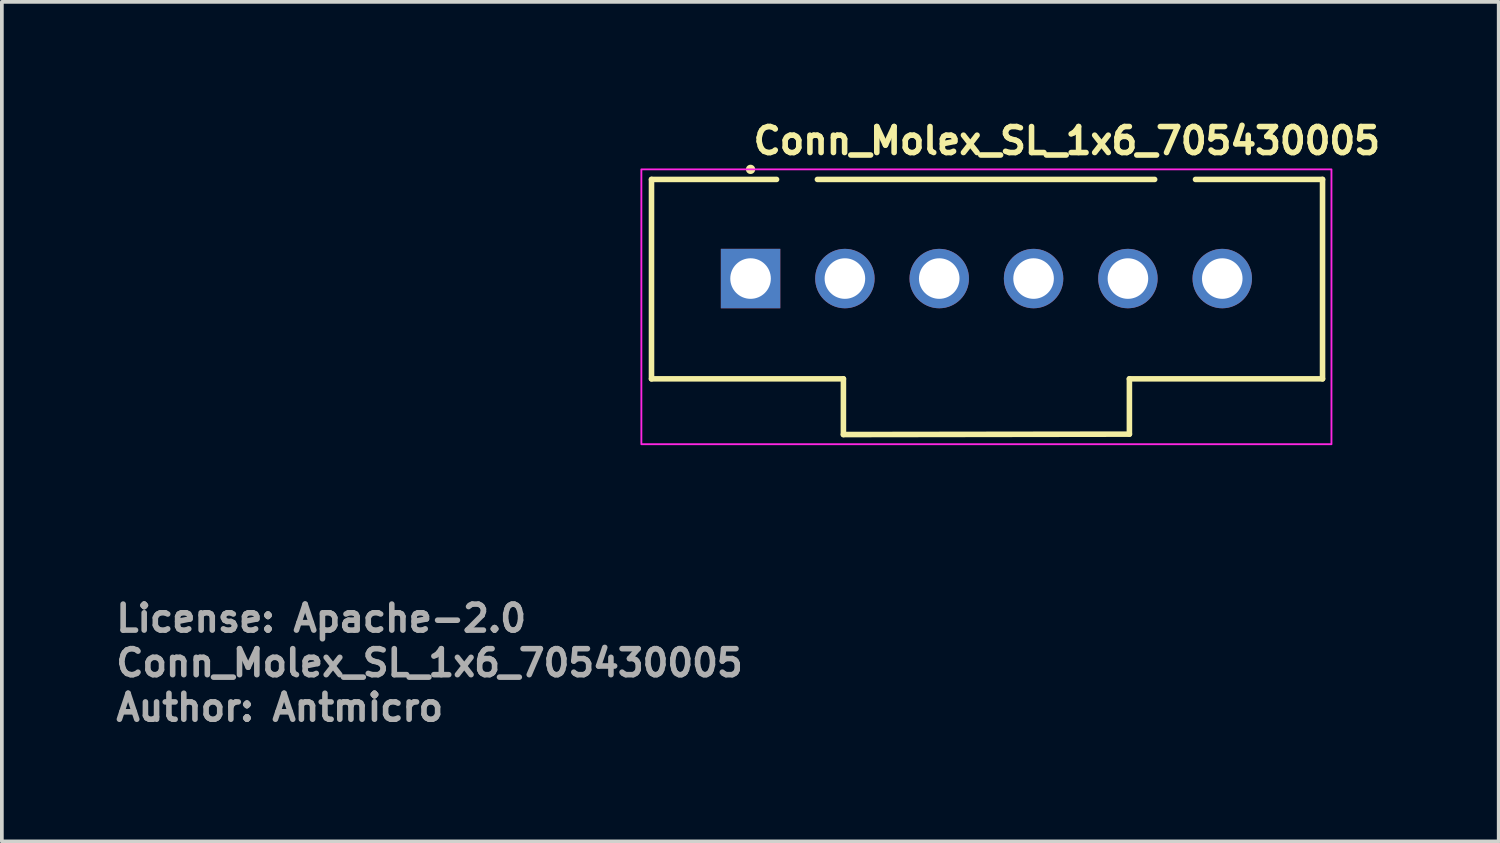
<source format=kicad_pcb>
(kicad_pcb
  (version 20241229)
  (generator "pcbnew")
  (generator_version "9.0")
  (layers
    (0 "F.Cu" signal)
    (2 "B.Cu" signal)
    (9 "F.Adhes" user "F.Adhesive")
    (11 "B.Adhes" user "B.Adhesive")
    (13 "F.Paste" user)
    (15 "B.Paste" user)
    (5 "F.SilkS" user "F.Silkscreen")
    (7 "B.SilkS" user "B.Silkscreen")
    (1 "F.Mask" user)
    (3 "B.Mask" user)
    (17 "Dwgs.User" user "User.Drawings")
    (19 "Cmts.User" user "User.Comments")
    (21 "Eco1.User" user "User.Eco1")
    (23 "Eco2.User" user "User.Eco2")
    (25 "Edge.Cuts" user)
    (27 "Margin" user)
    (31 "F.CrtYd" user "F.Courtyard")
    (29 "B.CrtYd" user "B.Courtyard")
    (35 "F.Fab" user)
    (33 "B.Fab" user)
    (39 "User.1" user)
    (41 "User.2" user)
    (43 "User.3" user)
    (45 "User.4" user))
  (footprint "Conn_Molex_SL_1x6_705430005"
    (layer "F.Cu")
    (at 17.158 4.45)
    (property "Reference" "Conn_Molex_SL_1x6_705430005" (at 0 -3.3 0) (unlocked yes) (layer "F.SilkS") (effects (font (size 0.7 0.7) (thickness 0.15)) (justify left bottom)))
    (attr through_hole)
    (fp_line (start -2.667 -2.669) (end -2.667 2.7) (stroke (width 0.15) (type solid)) (layer "F.SilkS"))
    (fp_line (start 0.7 -2.669) (end -2.667 -2.669) (stroke (width 0.15) (type solid)) (layer "F.SilkS"))
    (fp_line (start 2.5 2.7) (end -2.667 2.7) (stroke (width 0.15) (type solid)) (layer "F.SilkS"))
    (fp_line (start 2.5 2.7) (end 2.5 4.2) (stroke (width 0.15) (type solid)) (layer "F.SilkS"))
    (fp_line (start 10.2 2.7) (end 10.2 4.189) (stroke (width 0.15) (type solid)) (layer "F.SilkS"))
    (fp_line (start 10.2 4.189) (end 2.5 4.2) (stroke (width 0.15) (type solid)) (layer "F.SilkS"))
    (fp_line (start 10.88 -2.669) (end 1.8 -2.669) (stroke (width 0.15) (type solid)) (layer "F.SilkS"))
    (fp_line (start 15.4 -2.669) (end 11.98 -2.669) (stroke (width 0.15) (type solid)) (layer "F.SilkS"))
    (fp_line (start 15.4 -2.669) (end 15.4 2.7) (stroke (width 0.15) (type solid)) (layer "F.SilkS"))
    (fp_line (start 15.4 2.7) (end 10.2 2.7) (stroke (width 0.15) (type solid)) (layer "F.SilkS"))
    (fp_circle (center 0 -2.94) (end -0.05 -2.94) (stroke (width 0.15) (type solid)) (fill yes) (layer "F.SilkS"))
    (fp_rect (start 15.64 4.46) (end -2.94 -2.94) (stroke (width 0.05) (type solid)) (fill no) (layer "F.CrtYd"))
    (fp_rect (start 15.24 4.062) (end -2.54 -2.542) (stroke (width 0.1) (type solid)) (fill no) (layer "User.5"))
    (fp_line (start -2.54 2.538) (end -2.54 -2.542) (stroke (width 0.02) (type solid)) (layer "User.9"))
    (fp_line (start -2.54 2.538) (end -1.829 2.538) (stroke (width 0.02) (type solid)) (layer "User.9"))
    (fp_line (start -2.032 -2.034) (end 0.635 -2.034) (stroke (width 0.02) (type solid)) (layer "User.9"))
    (fp_line (start -2.032 2.03) (end -2.032 -2.034) (stroke (width 0.02) (type solid)) (layer "User.9"))
    (fp_line (start -1.829 2.513) (end -1.829 2.538) (stroke (width 0.02) (type solid)) (layer "User.9"))
    (fp_line (start -1.829 2.538) (end -1.016 2.538) (stroke (width 0.02) (type solid)) (layer "User.9"))
    (fp_line (start -1.524 -1.526) (end -2.032 -2.034) (stroke (width 0.02) (type solid)) (layer "User.9"))
    (fp_line (start -1.524 -1.526) (end 0.635 -1.526) (stroke (width 0.02) (type solid)) (layer "User.9"))
    (fp_line (start -1.524 1.522) (end -2.032 2.03) (stroke (width 0.02) (type solid)) (layer "User.9"))
    (fp_line (start -1.524 1.522) (end -1.524 -1.526) (stroke (width 0.02) (type solid)) (layer "User.9"))
    (fp_line (start -1.016 2.538) (end -1.016 2.513) (stroke (width 0.02) (type solid)) (layer "User.9"))
    (fp_line (start -1.016 2.538) (end -0.203 2.538) (stroke (width 0.02) (type solid)) (layer "User.9"))
    (fp_line (start -0.318 -0.319) (end -0.114 -0.116) (stroke (width 0.02) (type solid)) (layer "User.9"))
    (fp_line (start -0.318 -0.319) (end 0.317 -0.319) (stroke (width 0.02) (type solid)) (layer "User.9"))
    (fp_line (start -0.318 0.316) (end -0.318 -0.319) (stroke (width 0.02) (type solid)) (layer "User.9"))
    (fp_line (start -0.318 0.316) (end 0.317 0.316) (stroke (width 0.02) (type solid)) (layer "User.9"))
    (fp_line (start -0.203 2.513) (end -1.829 2.513) (stroke (width 0.02) (type solid)) (layer "User.9"))
    (fp_line (start -0.203 2.513) (end -0.203 2.538) (stroke (width 0.02) (type solid)) (layer "User.9"))
    (fp_line (start -0.203 2.538) (end 2.54 2.538) (stroke (width 0.02) (type solid)) (layer "User.9"))
    (fp_line (start -0.114 -0.116) (end 0.114 -0.116) (stroke (width 0.02) (type solid)) (layer "User.9"))
    (fp_line (start -0.114 0.112) (end -0.318 0.316) (stroke (width 0.02) (type solid)) (layer "User.9"))
    (fp_line (start -0.114 0.112) (end -0.114 -0.116) (stroke (width 0.02) (type solid)) (layer "User.9"))
    (fp_line (start -0.114 0.112) (end 0.114 0.112) (stroke (width 0.02) (type solid)) (layer "User.9"))
    (fp_line (start 0.114 -0.116) (end 0.114 0.112) (stroke (width 0.02) (type solid)) (layer "User.9"))
    (fp_line (start 0.114 -0.116) (end 0.317 -0.319) (stroke (width 0.02) (type solid)) (layer "User.9"))
    (fp_line (start 0.317 -0.319) (end 0.317 0.316) (stroke (width 0.02) (type solid)) (layer "User.9"))
    (fp_line (start 0.317 0.316) (end 0.114 0.112) (stroke (width 0.02) (type solid)) (layer "User.9"))
    (fp_line (start 0.635 -2.542) (end -2.54 -2.542) (stroke (width 0.02) (type solid)) (layer "User.9"))
    (fp_line (start 0.635 -2.542) (end 0.635 -2.034) (stroke (width 0.02) (type solid)) (layer "User.9"))
    (fp_line (start 0.635 -2.034) (end 0.635 -1.526) (stroke (width 0.02) (type solid)) (layer "User.9"))
    (fp_line (start 1.905 -2.542) (end 0.635 -2.542) (stroke (width 0.02) (type solid)) (layer "User.9"))
    (fp_line (start 1.905 -2.542) (end 1.905 -2.034) (stroke (width 0.02) (type solid)) (layer "User.9"))
    (fp_line (start 1.905 -2.034) (end 1.905 -1.526) (stroke (width 0.02) (type solid)) (layer "User.9"))
    (fp_line (start 1.905 -2.034) (end 10.795 -2.034) (stroke (width 0.02) (type solid)) (layer "User.9"))
    (fp_line (start 1.905 -1.526) (end 10.795 -1.526) (stroke (width 0.02) (type solid)) (layer "User.9"))
    (fp_line (start 2.222 -0.319) (end 2.426 -0.116) (stroke (width 0.02) (type solid)) (layer "User.9"))
    (fp_line (start 2.222 -0.319) (end 2.857 -0.319) (stroke (width 0.02) (type solid)) (layer "User.9"))
    (fp_line (start 2.222 0.316) (end 2.222 -0.319) (stroke (width 0.02) (type solid)) (layer "User.9"))
    (fp_line (start 2.222 0.316) (end 2.857 0.316) (stroke (width 0.02) (type solid)) (layer "User.9"))
    (fp_line (start 2.426 -0.116) (end 2.654 -0.116) (stroke (width 0.02) (type solid)) (layer "User.9"))
    (fp_line (start 2.426 0.112) (end 2.222 0.316) (stroke (width 0.02) (type solid)) (layer "User.9"))
    (fp_line (start 2.426 0.112) (end 2.426 -0.116) (stroke (width 0.02) (type solid)) (layer "User.9"))
    (fp_line (start 2.426 0.112) (end 2.654 0.112) (stroke (width 0.02) (type solid)) (layer "User.9"))
    (fp_line (start 2.54 4.062) (end 2.54 2.538) (stroke (width 0.02) (type solid)) (layer "User.9"))
    (fp_line (start 2.654 -0.116) (end 2.654 0.112) (stroke (width 0.02) (type solid)) (layer "User.9"))
    (fp_line (start 2.654 -0.116) (end 2.857 -0.319) (stroke (width 0.02) (type solid)) (layer "User.9"))
    (fp_line (start 2.857 -0.319) (end 2.857 0.316) (stroke (width 0.02) (type solid)) (layer "User.9"))
    (fp_line (start 2.857 0.316) (end 2.654 0.112) (stroke (width 0.02) (type solid)) (layer "User.9"))
    (fp_line (start 3.048 2.03) (end -2.032 2.03) (stroke (width 0.02) (type solid)) (layer "User.9"))
    (fp_line (start 3.048 3.554) (end 3.048 2.03) (stroke (width 0.02) (type solid)) (layer "User.9"))
    (fp_line (start 3.556 1.522) (end -1.524 1.522) (stroke (width 0.02) (type solid)) (layer "User.9"))
    (fp_line (start 3.556 1.522) (end 3.048 2.03) (stroke (width 0.02) (type solid)) (layer "User.9"))
    (fp_line (start 3.556 3.046) (end 3.048 3.554) (stroke (width 0.02) (type solid)) (layer "User.9"))
    (fp_line (start 3.556 3.046) (end 3.556 1.522) (stroke (width 0.02) (type solid)) (layer "User.9"))
    (fp_line (start 4.762 -0.319) (end 4.966 -0.116) (stroke (width 0.02) (type solid)) (layer "User.9"))
    (fp_line (start 4.762 -0.319) (end 5.397 -0.319) (stroke (width 0.02) (type solid)) (layer "User.9"))
    (fp_line (start 4.762 0.316) (end 4.762 -0.319) (stroke (width 0.02) (type solid)) (layer "User.9"))
    (fp_line (start 4.762 0.316) (end 5.397 0.316) (stroke (width 0.02) (type solid)) (layer "User.9"))
    (fp_line (start 4.826 1.522) (end 3.556 1.522) (stroke (width 0.02) (type solid)) (layer "User.9"))
    (fp_line (start 4.826 1.522) (end 4.826 2.03) (stroke (width 0.02) (type solid)) (layer "User.9"))
    (fp_line (start 4.826 2.03) (end 3.556 2.03) (stroke (width 0.02) (type solid)) (layer "User.9"))
    (fp_line (start 4.826 2.538) (end 3.556 2.538) (stroke (width 0.02) (type solid)) (layer "User.9"))
    (fp_line (start 4.826 2.538) (end 4.826 2.03) (stroke (width 0.02) (type solid)) (layer "User.9"))
    (fp_line (start 4.966 -0.116) (end 5.194 -0.116) (stroke (width 0.02) (type solid)) (layer "User.9"))
    (fp_line (start 4.966 0.112) (end 4.762 0.316) (stroke (width 0.02) (type solid)) (layer "User.9"))
    (fp_line (start 4.966 0.112) (end 4.966 -0.116) (stroke (width 0.02) (type solid)) (layer "User.9"))
    (fp_line (start 4.966 0.112) (end 5.194 0.112) (stroke (width 0.02) (type solid)) (layer "User.9"))
    (fp_line (start 5.194 -0.116) (end 5.194 0.112) (stroke (width 0.02) (type solid)) (layer "User.9"))
    (fp_line (start 5.194 -0.116) (end 5.397 -0.319) (stroke (width 0.02) (type solid)) (layer "User.9"))
    (fp_line (start 5.397 -0.319) (end 5.397 0.316) (stroke (width 0.02) (type solid)) (layer "User.9"))
    (fp_line (start 5.397 0.316) (end 5.194 0.112) (stroke (width 0.02) (type solid)) (layer "User.9"))
    (fp_line (start 7.302 -0.319) (end 7.506 -0.116) (stroke (width 0.02) (type solid)) (layer "User.9"))
    (fp_line (start 7.302 -0.319) (end 7.937 -0.319) (stroke (width 0.02) (type solid)) (layer "User.9"))
    (fp_line (start 7.302 0.316) (end 7.302 -0.319) (stroke (width 0.02) (type solid)) (layer "User.9"))
    (fp_line (start 7.302 0.316) (end 7.937 0.316) (stroke (width 0.02) (type solid)) (layer "User.9"))
    (fp_line (start 7.506 -0.116) (end 7.734 -0.116) (stroke (width 0.02) (type solid)) (layer "User.9"))
    (fp_line (start 7.506 0.112) (end 7.302 0.316) (stroke (width 0.02) (type solid)) (layer "User.9"))
    (fp_line (start 7.506 0.112) (end 7.506 -0.116) (stroke (width 0.02) (type solid)) (layer "User.9"))
    (fp_line (start 7.506 0.112) (end 7.734 0.112) (stroke (width 0.02) (type solid)) (layer "User.9"))
    (fp_line (start 7.734 -0.116) (end 7.734 0.112) (stroke (width 0.02) (type solid)) (layer "User.9"))
    (fp_line (start 7.734 -0.116) (end 7.937 -0.319) (stroke (width 0.02) (type solid)) (layer "User.9"))
    (fp_line (start 7.874 2.03) (end 7.874 1.522) (stroke (width 0.02) (type solid)) (layer "User.9"))
    (fp_line (start 7.874 2.538) (end 4.826 2.538) (stroke (width 0.02) (type solid)) (layer "User.9"))
    (fp_line (start 7.874 2.538) (end 7.874 2.03) (stroke (width 0.02) (type solid)) (layer "User.9"))
    (fp_line (start 7.937 -0.319) (end 7.937 0.316) (stroke (width 0.02) (type solid)) (layer "User.9"))
    (fp_line (start 7.937 0.316) (end 7.734 0.112) (stroke (width 0.02) (type solid)) (layer "User.9"))
    (fp_line (start 9.144 1.522) (end 7.874 1.522) (stroke (width 0.02) (type solid)) (layer "User.9"))
    (fp_line (start 9.144 1.522) (end 9.144 3.046) (stroke (width 0.02) (type solid)) (layer "User.9"))
    (fp_line (start 9.144 1.522) (end 9.652 2.03) (stroke (width 0.02) (type solid)) (layer "User.9"))
    (fp_line (start 9.144 2.03) (end 7.874 2.03) (stroke (width 0.02) (type solid)) (layer "User.9"))
    (fp_line (start 9.144 2.538) (end 7.874 2.538) (stroke (width 0.02) (type solid)) (layer "User.9"))
    (fp_line (start 9.144 3.046) (end 3.556 3.046) (stroke (width 0.02) (type solid)) (layer "User.9"))
    (fp_line (start 9.144 3.046) (end 9.652 3.554) (stroke (width 0.02) (type solid)) (layer "User.9"))
    (fp_line (start 9.652 2.03) (end 9.652 3.554) (stroke (width 0.02) (type solid)) (layer "User.9"))
    (fp_line (start 9.652 3.554) (end 3.048 3.554) (stroke (width 0.02) (type solid)) (layer "User.9"))
    (fp_line (start 9.842 -0.319) (end 10.046 -0.116) (stroke (width 0.02) (type solid)) (layer "User.9"))
    (fp_line (start 9.842 -0.319) (end 10.477 -0.319) (stroke (width 0.02) (type solid)) (layer "User.9"))
    (fp_line (start 9.842 0.316) (end 9.842 -0.319) (stroke (width 0.02) (type solid)) (layer "User.9"))
    (fp_line (start 9.842 0.316) (end 10.477 0.316) (stroke (width 0.02) (type solid)) (layer "User.9"))
    (fp_line (start 10.046 -0.116) (end 10.274 -0.116) (stroke (width 0.02) (type solid)) (layer "User.9"))
    (fp_line (start 10.046 0.112) (end 9.842 0.316) (stroke (width 0.02) (type solid)) (layer "User.9"))
    (fp_line (start 10.046 0.112) (end 10.046 -0.116) (stroke (width 0.02) (type solid)) (layer "User.9"))
    (fp_line (start 10.046 0.112) (end 10.274 0.112) (stroke (width 0.02) (type solid)) (layer "User.9"))
    (fp_line (start 10.16 4.062) (end 2.54 4.062) (stroke (width 0.02) (type solid)) (layer "User.9"))
    (fp_line (start 10.16 4.062) (end 10.16 2.538) (stroke (width 0.02) (type solid)) (layer "User.9"))
    (fp_line (start 10.274 -0.116) (end 10.274 0.112) (stroke (width 0.02) (type solid)) (layer "User.9"))
    (fp_line (start 10.274 -0.116) (end 10.477 -0.319) (stroke (width 0.02) (type solid)) (layer "User.9"))
    (fp_line (start 10.477 -0.319) (end 10.477 0.316) (stroke (width 0.02) (type solid)) (layer "User.9"))
    (fp_line (start 10.477 0.316) (end 10.274 0.112) (stroke (width 0.02) (type solid)) (layer "User.9"))
    (fp_line (start 10.795 -2.542) (end 1.905 -2.542) (stroke (width 0.02) (type solid)) (layer "User.9"))
    (fp_line (start 10.795 -2.542) (end 10.795 -2.034) (stroke (width 0.02) (type solid)) (layer "User.9"))
    (fp_line (start 10.795 -2.542) (end 12.065 -2.542) (stroke (width 0.02) (type solid)) (layer "User.9"))
    (fp_line (start 10.795 -2.034) (end 10.795 -1.526) (stroke (width 0.02) (type solid)) (layer "User.9"))
    (fp_line (start 12.065 -2.542) (end 12.065 -2.034) (stroke (width 0.02) (type solid)) (layer "User.9"))
    (fp_line (start 12.065 -2.034) (end 12.065 -1.526) (stroke (width 0.02) (type solid)) (layer "User.9"))
    (fp_line (start 12.065 -2.034) (end 14.732 -2.034) (stroke (width 0.02) (type solid)) (layer "User.9"))
    (fp_line (start 12.065 -1.526) (end 14.224 -1.526) (stroke (width 0.02) (type solid)) (layer "User.9"))
    (fp_line (start 12.382 -0.319) (end 12.586 -0.116) (stroke (width 0.02) (type solid)) (layer "User.9"))
    (fp_line (start 12.382 -0.319) (end 13.017 -0.319) (stroke (width 0.02) (type solid)) (layer "User.9"))
    (fp_line (start 12.382 0.316) (end 12.382 -0.319) (stroke (width 0.02) (type solid)) (layer "User.9"))
    (fp_line (start 12.382 0.316) (end 13.017 0.316) (stroke (width 0.02) (type solid)) (layer "User.9"))
    (fp_line (start 12.586 -0.116) (end 12.814 -0.116) (stroke (width 0.02) (type solid)) (layer "User.9"))
    (fp_line (start 12.586 0.112) (end 12.382 0.316) (stroke (width 0.02) (type solid)) (layer "User.9"))
    (fp_line (start 12.586 0.112) (end 12.586 -0.116) (stroke (width 0.02) (type solid)) (layer "User.9"))
    (fp_line (start 12.586 0.112) (end 12.814 0.112) (stroke (width 0.02) (type solid)) (layer "User.9"))
    (fp_line (start 12.814 -0.116) (end 12.814 0.112) (stroke (width 0.02) (type solid)) (layer "User.9"))
    (fp_line (start 12.814 -0.116) (end 13.017 -0.319) (stroke (width 0.02) (type solid)) (layer "User.9"))
    (fp_line (start 13.017 -0.319) (end 13.017 0.316) (stroke (width 0.02) (type solid)) (layer "User.9"))
    (fp_line (start 13.017 0.316) (end 12.814 0.112) (stroke (width 0.02) (type solid)) (layer "User.9"))
    (fp_line (start 14.224 -1.526) (end 14.224 1.522) (stroke (width 0.02) (type solid)) (layer "User.9"))
    (fp_line (start 14.224 -1.526) (end 14.732 -2.034) (stroke (width 0.02) (type solid)) (layer "User.9"))
    (fp_line (start 14.224 1.522) (end 9.144 1.522) (stroke (width 0.02) (type solid)) (layer "User.9"))
    (fp_line (start 14.224 1.522) (end 14.732 2.03) (stroke (width 0.02) (type solid)) (layer "User.9"))
    (fp_line (start 14.732 -2.034) (end 14.732 2.03) (stroke (width 0.02) (type solid)) (layer "User.9"))
    (fp_line (start 14.732 2.03) (end 9.652 2.03) (stroke (width 0.02) (type solid)) (layer "User.9"))
    (fp_line (start 15.24 -2.542) (end 12.065 -2.542) (stroke (width 0.02) (type solid)) (layer "User.9"))
    (fp_line (start 15.24 2.538) (end 10.16 2.538) (stroke (width 0.02) (type solid)) (layer "User.9"))
    (fp_line (start 15.24 2.538) (end 15.24 -2.542) (stroke (width 0.02) (type solid)) (layer "User.9"))
    (fp_text user "${REFERENCE}" (at -17.158 10.758 0) (layer "F.Fab") (effects (font (size 0.7 0.7) (thickness 0.15)) (justify left bottom)))
    (fp_text user "License: Apache-2.0" (at -17.158 9.558 0) (layer "F.Fab") (effects (font (size 0.7 0.7) (thickness 0.15)) (justify left bottom)))
    (fp_text user "Author: Antmicro" (at -17.158 11.958 0) (layer "F.Fab") (effects (font (size 0.7 0.7) (thickness 0.15)) (justify left bottom)))
    (pad "1" thru_hole rect (at 0 0 180) (size 1.6 1.6) (drill 1.092) (layers "*.Cu" "*.Mask"))
    (pad "2" thru_hole circle (at 2.54 0 180) (size 1.6 1.6) (drill 1.092) (layers "*.Cu" "*.Mask"))
    (pad "3" thru_hole circle (at 5.08 0 180) (size 1.6 1.6) (drill 1.092) (layers "*.Cu" "*.Mask"))
    (pad "4" thru_hole circle (at 7.62 0 180) (size 1.6 1.6) (drill 1.092) (layers "*.Cu" "*.Mask"))
    (pad "5" thru_hole circle (at 10.16 0 180) (size 1.6 1.6) (drill 1.092) (layers "*.Cu" "*.Mask"))
    (pad "6" thru_hole circle (at 12.7 0 180) (size 1.6 1.6) (drill 1.092) (layers "*.Cu" "*.Mask")))
  (gr_rect
    (start -3 -3)
    (end 37.301 19.604)
    (stroke (width 0.1) (type default))
    (fill no)
    (layer "Edge.Cuts")))
</source>
